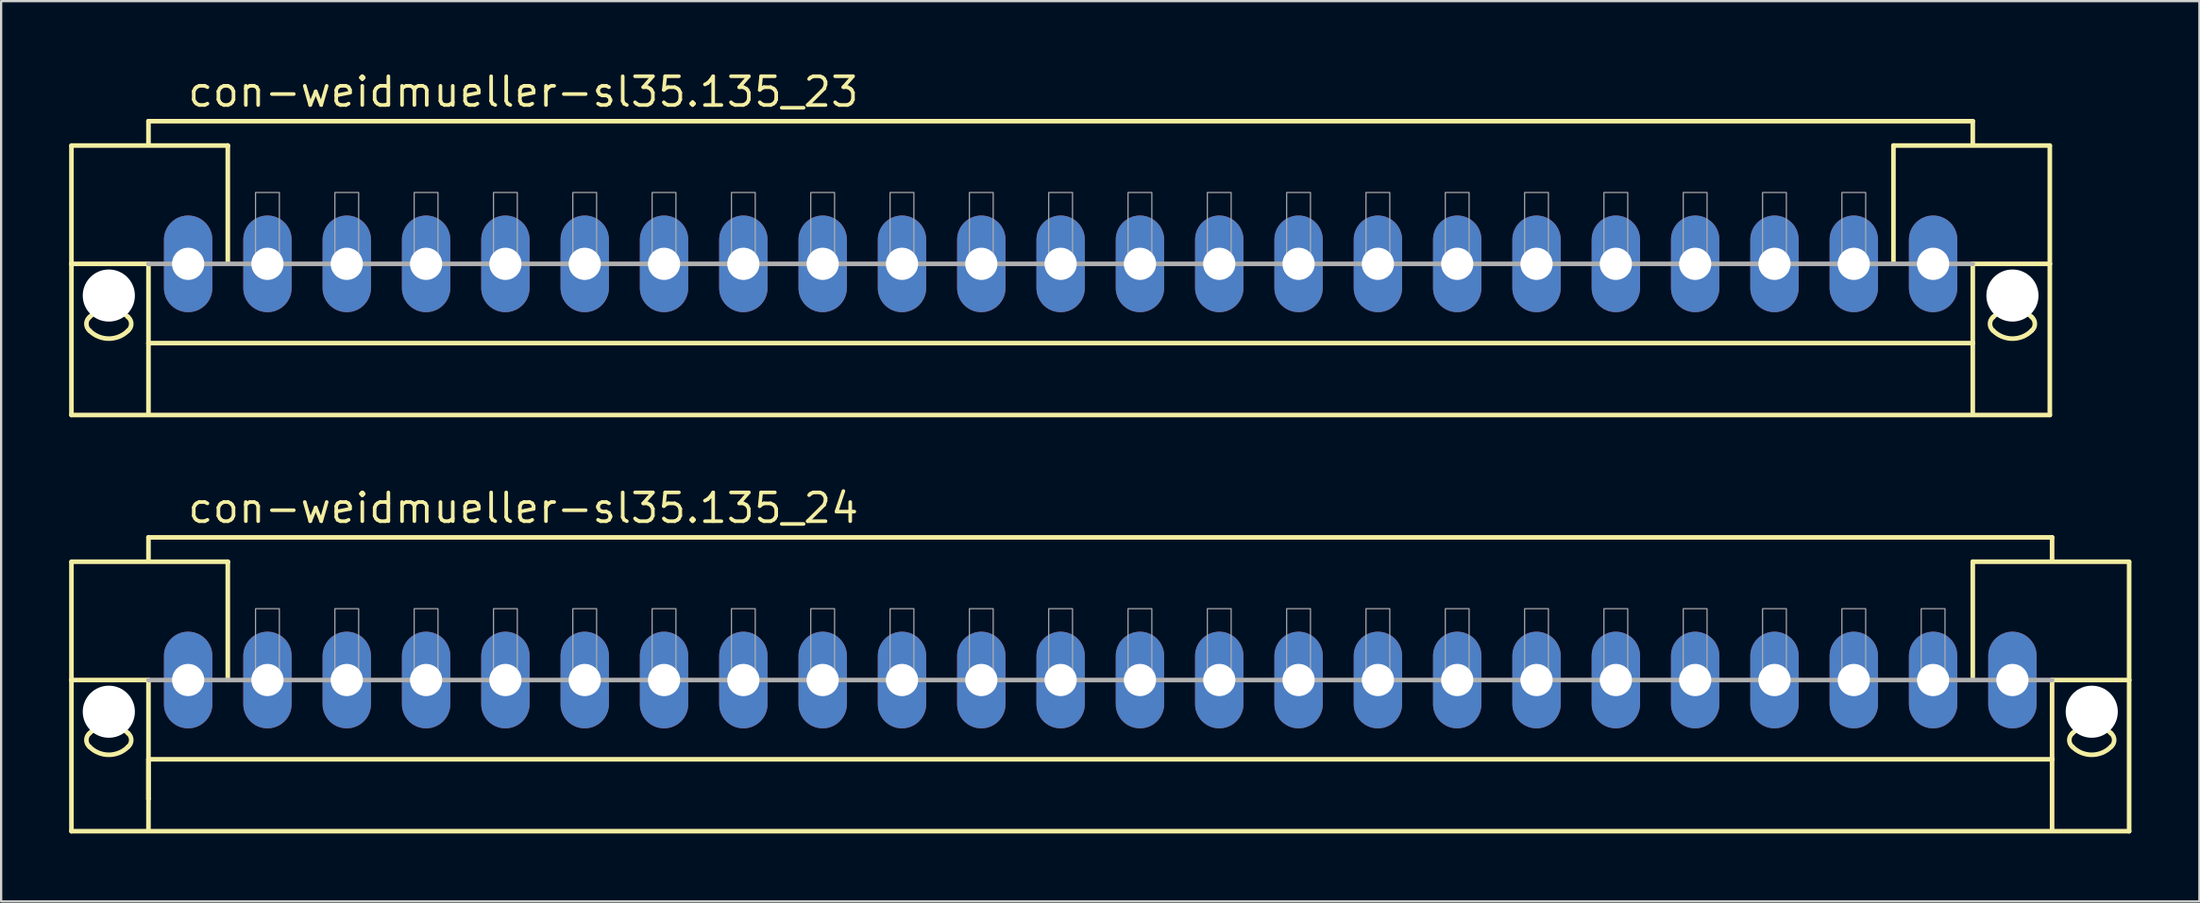
<source format=kicad_pcb>
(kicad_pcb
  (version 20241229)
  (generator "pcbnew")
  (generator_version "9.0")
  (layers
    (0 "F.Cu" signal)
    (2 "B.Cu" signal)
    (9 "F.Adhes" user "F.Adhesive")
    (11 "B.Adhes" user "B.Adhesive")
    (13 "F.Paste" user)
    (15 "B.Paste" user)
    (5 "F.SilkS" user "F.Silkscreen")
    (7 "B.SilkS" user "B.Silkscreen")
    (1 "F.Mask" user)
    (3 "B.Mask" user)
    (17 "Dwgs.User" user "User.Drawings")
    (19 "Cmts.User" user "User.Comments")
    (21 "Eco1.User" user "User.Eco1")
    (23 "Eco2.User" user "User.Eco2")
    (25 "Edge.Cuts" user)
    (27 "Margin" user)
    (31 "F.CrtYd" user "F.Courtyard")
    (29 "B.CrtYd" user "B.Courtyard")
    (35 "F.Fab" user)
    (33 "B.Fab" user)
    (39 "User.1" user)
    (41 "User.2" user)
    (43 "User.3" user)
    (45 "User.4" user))
  (footprint "con-weidmueller-sl35.135_23"
    (layer "F.Cu")
    (at 43.752 8.6)
    (property "Reference" "con-weidmueller-sl35.135_23" (at -38.6 -6.85 0) (layer "F.SilkS") (effects (font (size 1.27 1.27) (thickness 0.16)) (justify left bottom)))
    (attr through_hole)
    (fp_line (start -43.65 -5.225) (end -36.75 -5.225) (stroke (width 0.203) (type default)) (layer "F.SilkS"))
    (fp_line (start -43.65 -5.2) (end -43.65 0) (stroke (width 0.203) (type default)) (layer "F.SilkS"))
    (fp_line (start -43.65 0) (end -43.65 6.675) (stroke (width 0.203) (type default)) (layer "F.SilkS"))
    (fp_line (start -43.65 0) (end -40.25 0) (stroke (width 0.203) (type default)) (layer "F.SilkS"))
    (fp_line (start -43.65 6.675) (end 43.65 6.675) (stroke (width 0.203) (type default)) (layer "F.SilkS"))
    (fp_line (start -40.25 -6.3) (end 40.25 -6.3) (stroke (width 0.203) (type default)) (layer "F.SilkS"))
    (fp_line (start -40.25 -5.3) (end -40.25 -6.3) (stroke (width 0.203) (type default)) (layer "F.SilkS"))
    (fp_line (start -40.25 0) (end -40.25 3.5) (stroke (width 0.203) (type default)) (layer "F.SilkS"))
    (fp_line (start -40.25 3.5) (end 40.25 3.5) (stroke (width 0.203) (type default)) (layer "F.SilkS"))
    (fp_line (start -40.25 6.65) (end -40.25 3.5) (stroke (width 0.203) (type default)) (layer "F.SilkS"))
    (fp_line (start -36.75 -5.225) (end -36.75 -5.2) (stroke (width 0.203) (type default)) (layer "F.SilkS"))
    (fp_line (start -36.75 -5.175) (end -36.75 0) (stroke (width 0.203) (type default)) (layer "F.SilkS"))
    (fp_line (start 36.75 -5.225) (end 43.65 -5.225) (stroke (width 0.203) (type default)) (layer "F.SilkS"))
    (fp_line (start 36.75 -5.2) (end 36.75 -5.225) (stroke (width 0.203) (type default)) (layer "F.SilkS"))
    (fp_line (start 36.75 0) (end 36.75 -5.175) (stroke (width 0.203) (type default)) (layer "F.SilkS"))
    (fp_line (start 40.25 -6.3) (end 40.25 -5.3) (stroke (width 0.203) (type default)) (layer "F.SilkS"))
    (fp_line (start 40.25 3.5) (end 40.25 0) (stroke (width 0.203) (type default)) (layer "F.SilkS"))
    (fp_line (start 40.25 6.65) (end 40.25 3.5) (stroke (width 0.203) (type default)) (layer "F.SilkS"))
    (fp_line (start 43.65 0) (end 40.25 0) (stroke (width 0.203) (type default)) (layer "F.SilkS"))
    (fp_line (start 43.65 0) (end 43.65 -5.2) (stroke (width 0.203) (type default)) (layer "F.SilkS"))
    (fp_line (start 43.65 6.675) (end 43.65 0) (stroke (width 0.203) (type default)) (layer "F.SilkS"))
    (fp_arc (start -42.85 2.35) (mid -42 1.997918) (end -41.15 2.35) (stroke (width 0.2032) (type default)) (layer "F.SilkS"))
    (fp_arc (start -42.85 2.95) (mid -42.990512 2.65) (end -42.85 2.35) (stroke (width 0.2032) (type default)) (layer "F.SilkS"))
    (fp_arc (start -41.15 2.35) (mid -41.009488 2.65) (end -41.15 2.95) (stroke (width 0.2032) (type default)) (layer "F.SilkS"))
    (fp_arc (start -41.15 2.95) (mid -42 3.302082) (end -42.85 2.95) (stroke (width 0.2032) (type default)) (layer "F.SilkS"))
    (fp_arc (start 41.15 2.35) (mid 42 1.997918) (end 42.85 2.35) (stroke (width 0.2032) (type default)) (layer "F.SilkS"))
    (fp_arc (start 41.15 2.95) (mid 41.009488 2.65) (end 41.15 2.35) (stroke (width 0.2032) (type default)) (layer "F.SilkS"))
    (fp_arc (start 42.85 2.35) (mid 42.990512 2.65) (end 42.85 2.95) (stroke (width 0.2032) (type default)) (layer "F.SilkS"))
    (fp_arc (start 42.85 2.95) (mid 42 3.302082) (end 41.15 2.95) (stroke (width 0.2032) (type default)) (layer "F.SilkS"))
    (fp_line (start 40.25 0) (end -40.25 0) (stroke (width 0.203) (type default)) (layer "F.Fab"))
    (fp_rect (start -35.525 0) (end -34.475 -3.15) (stroke (width 0.05) (type default)) (fill no) (layer "F.Fab"))
    (fp_rect (start -32.025 0) (end -30.975 -3.15) (stroke (width 0.05) (type default)) (fill no) (layer "F.Fab"))
    (fp_rect (start -28.525 0) (end -27.475 -3.15) (stroke (width 0.05) (type default)) (fill no) (layer "F.Fab"))
    (fp_rect (start -25.025 0) (end -23.975 -3.15) (stroke (width 0.05) (type default)) (fill no) (layer "F.Fab"))
    (fp_rect (start -21.525 0) (end -20.475 -3.15) (stroke (width 0.05) (type default)) (fill no) (layer "F.Fab"))
    (fp_rect (start -18.025 0) (end -16.975 -3.15) (stroke (width 0.05) (type default)) (fill no) (layer "F.Fab"))
    (fp_rect (start -14.525 0) (end -13.475 -3.15) (stroke (width 0.05) (type default)) (fill no) (layer "F.Fab"))
    (fp_rect (start -11.025 0) (end -9.975 -3.15) (stroke (width 0.05) (type default)) (fill no) (layer "F.Fab"))
    (fp_rect (start -7.525 0) (end -6.475 -3.15) (stroke (width 0.05) (type default)) (fill no) (layer "F.Fab"))
    (fp_rect (start -4.025 0) (end -2.975 -3.15) (stroke (width 0.05) (type default)) (fill no) (layer "F.Fab"))
    (fp_rect (start -0.525 0) (end 0.525 -3.15) (stroke (width 0.05) (type default)) (fill no) (layer "F.Fab"))
    (fp_rect (start 2.975 0) (end 4.025 -3.15) (stroke (width 0.05) (type default)) (fill no) (layer "F.Fab"))
    (fp_rect (start 6.475 0) (end 7.525 -3.15) (stroke (width 0.05) (type default)) (fill no) (layer "F.Fab"))
    (fp_rect (start 9.975 0) (end 11.025 -3.15) (stroke (width 0.05) (type default)) (fill no) (layer "F.Fab"))
    (fp_rect (start 13.475 0) (end 14.525 -3.15) (stroke (width 0.05) (type default)) (fill no) (layer "F.Fab"))
    (fp_rect (start 16.975 0) (end 18.025 -3.15) (stroke (width 0.05) (type default)) (fill no) (layer "F.Fab"))
    (fp_rect (start 20.475 0) (end 21.525 -3.15) (stroke (width 0.05) (type default)) (fill no) (layer "F.Fab"))
    (fp_rect (start 23.975 0) (end 25.025 -3.15) (stroke (width 0.05) (type default)) (fill no) (layer "F.Fab"))
    (fp_rect (start 27.475 0) (end 28.525 -3.15) (stroke (width 0.05) (type default)) (fill no) (layer "F.Fab"))
    (fp_rect (start 30.975 0) (end 32.025 -3.15) (stroke (width 0.05) (type default)) (fill no) (layer "F.Fab"))
    (fp_rect (start 34.475 0) (end 35.525 -3.15) (stroke (width 0.05) (type default)) (fill no) (layer "F.Fab"))
    (pad "" np_thru_hole circle (at -42 1.4) (size 2.3 2.3) (drill 2.3) (layers "*.Cu" "*.Mask"))
    (pad "" np_thru_hole circle (at 42 1.4) (size 2.3 2.3) (drill 2.3) (layers "*.Cu" "*.Mask"))
    (pad "1" thru_hole oval (at -38.5 0 90) (size 4.267 2.134) (drill 1.422) (layers "*.Cu" "*.Mask"))
    (pad "2" thru_hole oval (at -35 0 90) (size 4.267 2.134) (drill 1.422) (layers "*.Cu" "*.Mask"))
    (pad "3" thru_hole oval (at -31.5 0 90) (size 4.267 2.134) (drill 1.422) (layers "*.Cu" "*.Mask"))
    (pad "4" thru_hole oval (at -28 0 90) (size 4.267 2.134) (drill 1.422) (layers "*.Cu" "*.Mask"))
    (pad "5" thru_hole oval (at -24.5 0 90) (size 4.267 2.134) (drill 1.422) (layers "*.Cu" "*.Mask"))
    (pad "6" thru_hole oval (at -21 0 90) (size 4.267 2.134) (drill 1.422) (layers "*.Cu" "*.Mask"))
    (pad "7" thru_hole oval (at -17.5 0 90) (size 4.267 2.134) (drill 1.422) (layers "*.Cu" "*.Mask"))
    (pad "8" thru_hole oval (at -14 0 90) (size 4.267 2.134) (drill 1.422) (layers "*.Cu" "*.Mask"))
    (pad "9" thru_hole oval (at -10.5 0 90) (size 4.267 2.134) (drill 1.422) (layers "*.Cu" "*.Mask"))
    (pad "10" thru_hole oval (at -7 0 90) (size 4.267 2.134) (drill 1.422) (layers "*.Cu" "*.Mask"))
    (pad "11" thru_hole oval (at -3.5 0 90) (size 4.267 2.134) (drill 1.422) (layers "*.Cu" "*.Mask"))
    (pad "12" thru_hole oval (at 0 0 90) (size 4.267 2.134) (drill 1.422) (layers "*.Cu" "*.Mask"))
    (pad "13" thru_hole oval (at 3.5 0 90) (size 4.267 2.134) (drill 1.422) (layers "*.Cu" "*.Mask"))
    (pad "14" thru_hole oval (at 7 0 90) (size 4.267 2.134) (drill 1.422) (layers "*.Cu" "*.Mask"))
    (pad "15" thru_hole oval (at 10.5 0 90) (size 4.267 2.134) (drill 1.422) (layers "*.Cu" "*.Mask"))
    (pad "16" thru_hole oval (at 14 0 90) (size 4.267 2.134) (drill 1.422) (layers "*.Cu" "*.Mask"))
    (pad "17" thru_hole oval (at 17.5 0 90) (size 4.267 2.134) (drill 1.422) (layers "*.Cu" "*.Mask"))
    (pad "18" thru_hole oval (at 21 0 90) (size 4.267 2.134) (drill 1.422) (layers "*.Cu" "*.Mask"))
    (pad "19" thru_hole oval (at 24.5 0 90) (size 4.267 2.134) (drill 1.422) (layers "*.Cu" "*.Mask"))
    (pad "20" thru_hole oval (at 28 0 90) (size 4.267 2.134) (drill 1.422) (layers "*.Cu" "*.Mask"))
    (pad "21" thru_hole oval (at 31.5 0 90) (size 4.267 2.134) (drill 1.422) (layers "*.Cu" "*.Mask"))
    (pad "22" thru_hole oval (at 35 0 90) (size 4.267 2.134) (drill 1.422) (layers "*.Cu" "*.Mask"))
    (pad "23" thru_hole oval (at 38.5 0 90) (size 4.267 2.134) (drill 1.422) (layers "*.Cu" "*.Mask")))
  (footprint "con-weidmueller-sl35.135_24"
    (layer "F.Cu")
    (at 45.502 26.977)
    (property "Reference" "con-weidmueller-sl35.135_24" (at -40.35 -6.85 0) (layer "F.SilkS") (effects (font (size 1.27 1.27) (thickness 0.16)) (justify left bottom)))
    (attr through_hole)
    (fp_line (start -45.4 -5.225) (end -38.5 -5.225) (stroke (width 0.203) (type default)) (layer "F.SilkS"))
    (fp_line (start -45.4 -5.2) (end -45.4 0) (stroke (width 0.203) (type default)) (layer "F.SilkS"))
    (fp_line (start -45.4 0) (end -45.4 6.675) (stroke (width 0.203) (type default)) (layer "F.SilkS"))
    (fp_line (start -45.4 0) (end -42 0) (stroke (width 0.203) (type default)) (layer "F.SilkS"))
    (fp_line (start -45.4 6.675) (end 45.4 6.675) (stroke (width 0.203) (type default)) (layer "F.SilkS"))
    (fp_line (start -42 -6.3) (end 42 -6.3) (stroke (width 0.203) (type default)) (layer "F.SilkS"))
    (fp_line (start -42 -5.3) (end -42 -6.3) (stroke (width 0.203) (type default)) (layer "F.SilkS"))
    (fp_line (start -42 0) (end -42 5.25) (stroke (width 0.203) (type default)) (layer "F.SilkS"))
    (fp_line (start -42 3.5) (end 42 3.5) (stroke (width 0.203) (type default)) (layer "F.SilkS"))
    (fp_line (start -42 5.25) (end -42 3.5) (stroke (width 0.203) (type default)) (layer "F.SilkS"))
    (fp_line (start -42 5.25) (end -42 6.65) (stroke (width 0.203) (type default)) (layer "F.SilkS"))
    (fp_line (start -38.5 -5.225) (end -38.5 -5.2) (stroke (width 0.203) (type default)) (layer "F.SilkS"))
    (fp_line (start -38.5 -5.175) (end -38.5 0) (stroke (width 0.203) (type default)) (layer "F.SilkS"))
    (fp_line (start 38.5 -5.225) (end 45.4 -5.225) (stroke (width 0.203) (type default)) (layer "F.SilkS"))
    (fp_line (start 38.5 -5.2) (end 38.5 -5.225) (stroke (width 0.203) (type default)) (layer "F.SilkS"))
    (fp_line (start 38.5 0) (end 38.5 -5.175) (stroke (width 0.203) (type default)) (layer "F.SilkS"))
    (fp_line (start 42 -6.3) (end 42 -5.3) (stroke (width 0.203) (type default)) (layer "F.SilkS"))
    (fp_line (start 42 3.5) (end 42 0) (stroke (width 0.203) (type default)) (layer "F.SilkS"))
    (fp_line (start 42 6.65) (end 42 3.5) (stroke (width 0.203) (type default)) (layer "F.SilkS"))
    (fp_line (start 45.4 0) (end 42 0) (stroke (width 0.203) (type default)) (layer "F.SilkS"))
    (fp_line (start 45.4 0) (end 45.4 -5.2) (stroke (width 0.203) (type default)) (layer "F.SilkS"))
    (fp_line (start 45.4 6.675) (end 45.4 0) (stroke (width 0.203) (type default)) (layer "F.SilkS"))
    (fp_arc (start -44.6 2.35) (mid -43.75 1.997918) (end -42.9 2.35) (stroke (width 0.2032) (type default)) (layer "F.SilkS"))
    (fp_arc (start -44.6 2.95) (mid -44.740512 2.65) (end -44.6 2.35) (stroke (width 0.2032) (type default)) (layer "F.SilkS"))
    (fp_arc (start -42.9 2.35) (mid -42.759488 2.65) (end -42.9 2.95) (stroke (width 0.2032) (type default)) (layer "F.SilkS"))
    (fp_arc (start -42.9 2.95) (mid -43.75 3.302082) (end -44.6 2.95) (stroke (width 0.2032) (type default)) (layer "F.SilkS"))
    (fp_arc (start 42.9 2.35) (mid 43.75 1.997918) (end 44.6 2.35) (stroke (width 0.2032) (type default)) (layer "F.SilkS"))
    (fp_arc (start 42.9 2.95) (mid 42.759488 2.65) (end 42.9 2.35) (stroke (width 0.2032) (type default)) (layer "F.SilkS"))
    (fp_arc (start 44.6 2.35) (mid 44.740512 2.65) (end 44.6 2.95) (stroke (width 0.2032) (type default)) (layer "F.SilkS"))
    (fp_arc (start 44.6 2.95) (mid 43.75 3.302082) (end 42.9 2.95) (stroke (width 0.2032) (type default)) (layer "F.SilkS"))
    (fp_line (start 42 0) (end -42 0) (stroke (width 0.203) (type default)) (layer "F.Fab"))
    (fp_rect (start -37.275 0) (end -36.225 -3.15) (stroke (width 0.05) (type default)) (fill no) (layer "F.Fab"))
    (fp_rect (start -33.775 0) (end -32.725 -3.15) (stroke (width 0.05) (type default)) (fill no) (layer "F.Fab"))
    (fp_rect (start -30.275 0) (end -29.225 -3.15) (stroke (width 0.05) (type default)) (fill no) (layer "F.Fab"))
    (fp_rect (start -26.775 0) (end -25.725 -3.15) (stroke (width 0.05) (type default)) (fill no) (layer "F.Fab"))
    (fp_rect (start -23.275 0) (end -22.225 -3.15) (stroke (width 0.05) (type default)) (fill no) (layer "F.Fab"))
    (fp_rect (start -19.775 0) (end -18.725 -3.15) (stroke (width 0.05) (type default)) (fill no) (layer "F.Fab"))
    (fp_rect (start -16.275 0) (end -15.225 -3.15) (stroke (width 0.05) (type default)) (fill no) (layer "F.Fab"))
    (fp_rect (start -12.775 0) (end -11.725 -3.15) (stroke (width 0.05) (type default)) (fill no) (layer "F.Fab"))
    (fp_rect (start -9.275 0) (end -8.225 -3.15) (stroke (width 0.05) (type default)) (fill no) (layer "F.Fab"))
    (fp_rect (start -5.775 0) (end -4.725 -3.15) (stroke (width 0.05) (type default)) (fill no) (layer "F.Fab"))
    (fp_rect (start -2.275 0) (end -1.225 -3.15) (stroke (width 0.05) (type default)) (fill no) (layer "F.Fab"))
    (fp_rect (start 1.225 0) (end 2.275 -3.15) (stroke (width 0.05) (type default)) (fill no) (layer "F.Fab"))
    (fp_rect (start 4.725 0) (end 5.775 -3.15) (stroke (width 0.05) (type default)) (fill no) (layer "F.Fab"))
    (fp_rect (start 8.225 0) (end 9.275 -3.15) (stroke (width 0.05) (type default)) (fill no) (layer "F.Fab"))
    (fp_rect (start 11.725 0) (end 12.775 -3.15) (stroke (width 0.05) (type default)) (fill no) (layer "F.Fab"))
    (fp_rect (start 15.225 0) (end 16.275 -3.15) (stroke (width 0.05) (type default)) (fill no) (layer "F.Fab"))
    (fp_rect (start 18.725 0) (end 19.775 -3.15) (stroke (width 0.05) (type default)) (fill no) (layer "F.Fab"))
    (fp_rect (start 22.225 0) (end 23.275 -3.15) (stroke (width 0.05) (type default)) (fill no) (layer "F.Fab"))
    (fp_rect (start 25.725 0) (end 26.775 -3.15) (stroke (width 0.05) (type default)) (fill no) (layer "F.Fab"))
    (fp_rect (start 29.225 0) (end 30.275 -3.15) (stroke (width 0.05) (type default)) (fill no) (layer "F.Fab"))
    (fp_rect (start 32.725 0) (end 33.775 -3.15) (stroke (width 0.05) (type default)) (fill no) (layer "F.Fab"))
    (fp_rect (start 36.225 0) (end 37.275 -3.15) (stroke (width 0.05) (type default)) (fill no) (layer "F.Fab"))
    (pad "" np_thru_hole circle (at -43.75 1.4) (size 2.3 2.3) (drill 2.3) (layers "*.Cu" "*.Mask"))
    (pad "" np_thru_hole circle (at 43.75 1.4) (size 2.3 2.3) (drill 2.3) (layers "*.Cu" "*.Mask"))
    (pad "1" thru_hole oval (at -40.25 0 90) (size 4.267 2.134) (drill 1.422) (layers "*.Cu" "*.Mask"))
    (pad "2" thru_hole oval (at -36.75 0 90) (size 4.267 2.134) (drill 1.422) (layers "*.Cu" "*.Mask"))
    (pad "3" thru_hole oval (at -33.25 0 90) (size 4.267 2.134) (drill 1.422) (layers "*.Cu" "*.Mask"))
    (pad "4" thru_hole oval (at -29.75 0 90) (size 4.267 2.134) (drill 1.422) (layers "*.Cu" "*.Mask"))
    (pad "5" thru_hole oval (at -26.25 0 90) (size 4.267 2.134) (drill 1.422) (layers "*.Cu" "*.Mask"))
    (pad "6" thru_hole oval (at -22.75 0 90) (size 4.267 2.134) (drill 1.422) (layers "*.Cu" "*.Mask"))
    (pad "7" thru_hole oval (at -19.25 0 90) (size 4.267 2.134) (drill 1.422) (layers "*.Cu" "*.Mask"))
    (pad "8" thru_hole oval (at -15.75 0 90) (size 4.267 2.134) (drill 1.422) (layers "*.Cu" "*.Mask"))
    (pad "9" thru_hole oval (at -12.25 0 90) (size 4.267 2.134) (drill 1.422) (layers "*.Cu" "*.Mask"))
    (pad "10" thru_hole oval (at -8.75 0 90) (size 4.267 2.134) (drill 1.422) (layers "*.Cu" "*.Mask"))
    (pad "11" thru_hole oval (at -5.25 0 90) (size 4.267 2.134) (drill 1.422) (layers "*.Cu" "*.Mask"))
    (pad "12" thru_hole oval (at -1.75 0 90) (size 4.267 2.134) (drill 1.422) (layers "*.Cu" "*.Mask"))
    (pad "13" thru_hole oval (at 1.75 0 90) (size 4.267 2.134) (drill 1.422) (layers "*.Cu" "*.Mask"))
    (pad "14" thru_hole oval (at 5.25 0 90) (size 4.267 2.134) (drill 1.422) (layers "*.Cu" "*.Mask"))
    (pad "15" thru_hole oval (at 8.75 0 90) (size 4.267 2.134) (drill 1.422) (layers "*.Cu" "*.Mask"))
    (pad "16" thru_hole oval (at 12.25 0 90) (size 4.267 2.134) (drill 1.422) (layers "*.Cu" "*.Mask"))
    (pad "17" thru_hole oval (at 15.75 0 90) (size 4.267 2.134) (drill 1.422) (layers "*.Cu" "*.Mask"))
    (pad "18" thru_hole oval (at 19.25 0 90) (size 4.267 2.134) (drill 1.422) (layers "*.Cu" "*.Mask"))
    (pad "19" thru_hole oval (at 22.75 0 90) (size 4.267 2.134) (drill 1.422) (layers "*.Cu" "*.Mask"))
    (pad "20" thru_hole oval (at 26.25 0 90) (size 4.267 2.134) (drill 1.422) (layers "*.Cu" "*.Mask"))
    (pad "21" thru_hole oval (at 29.75 0 90) (size 4.267 2.134) (drill 1.422) (layers "*.Cu" "*.Mask"))
    (pad "22" thru_hole oval (at 33.25 0 90) (size 4.267 2.134) (drill 1.422) (layers "*.Cu" "*.Mask"))
    (pad "23" thru_hole oval (at 36.75 0 90) (size 4.267 2.134) (drill 1.422) (layers "*.Cu" "*.Mask"))
    (pad "24" thru_hole oval (at 40.25 0 90) (size 4.267 2.134) (drill 1.422) (layers "*.Cu" "*.Mask")))
  (gr_rect
    (start -3 -3)
    (end 94.003 36.753)
    (stroke (width 0.1) (type default))
    (fill no)
    (layer "Edge.Cuts")))
</source>
